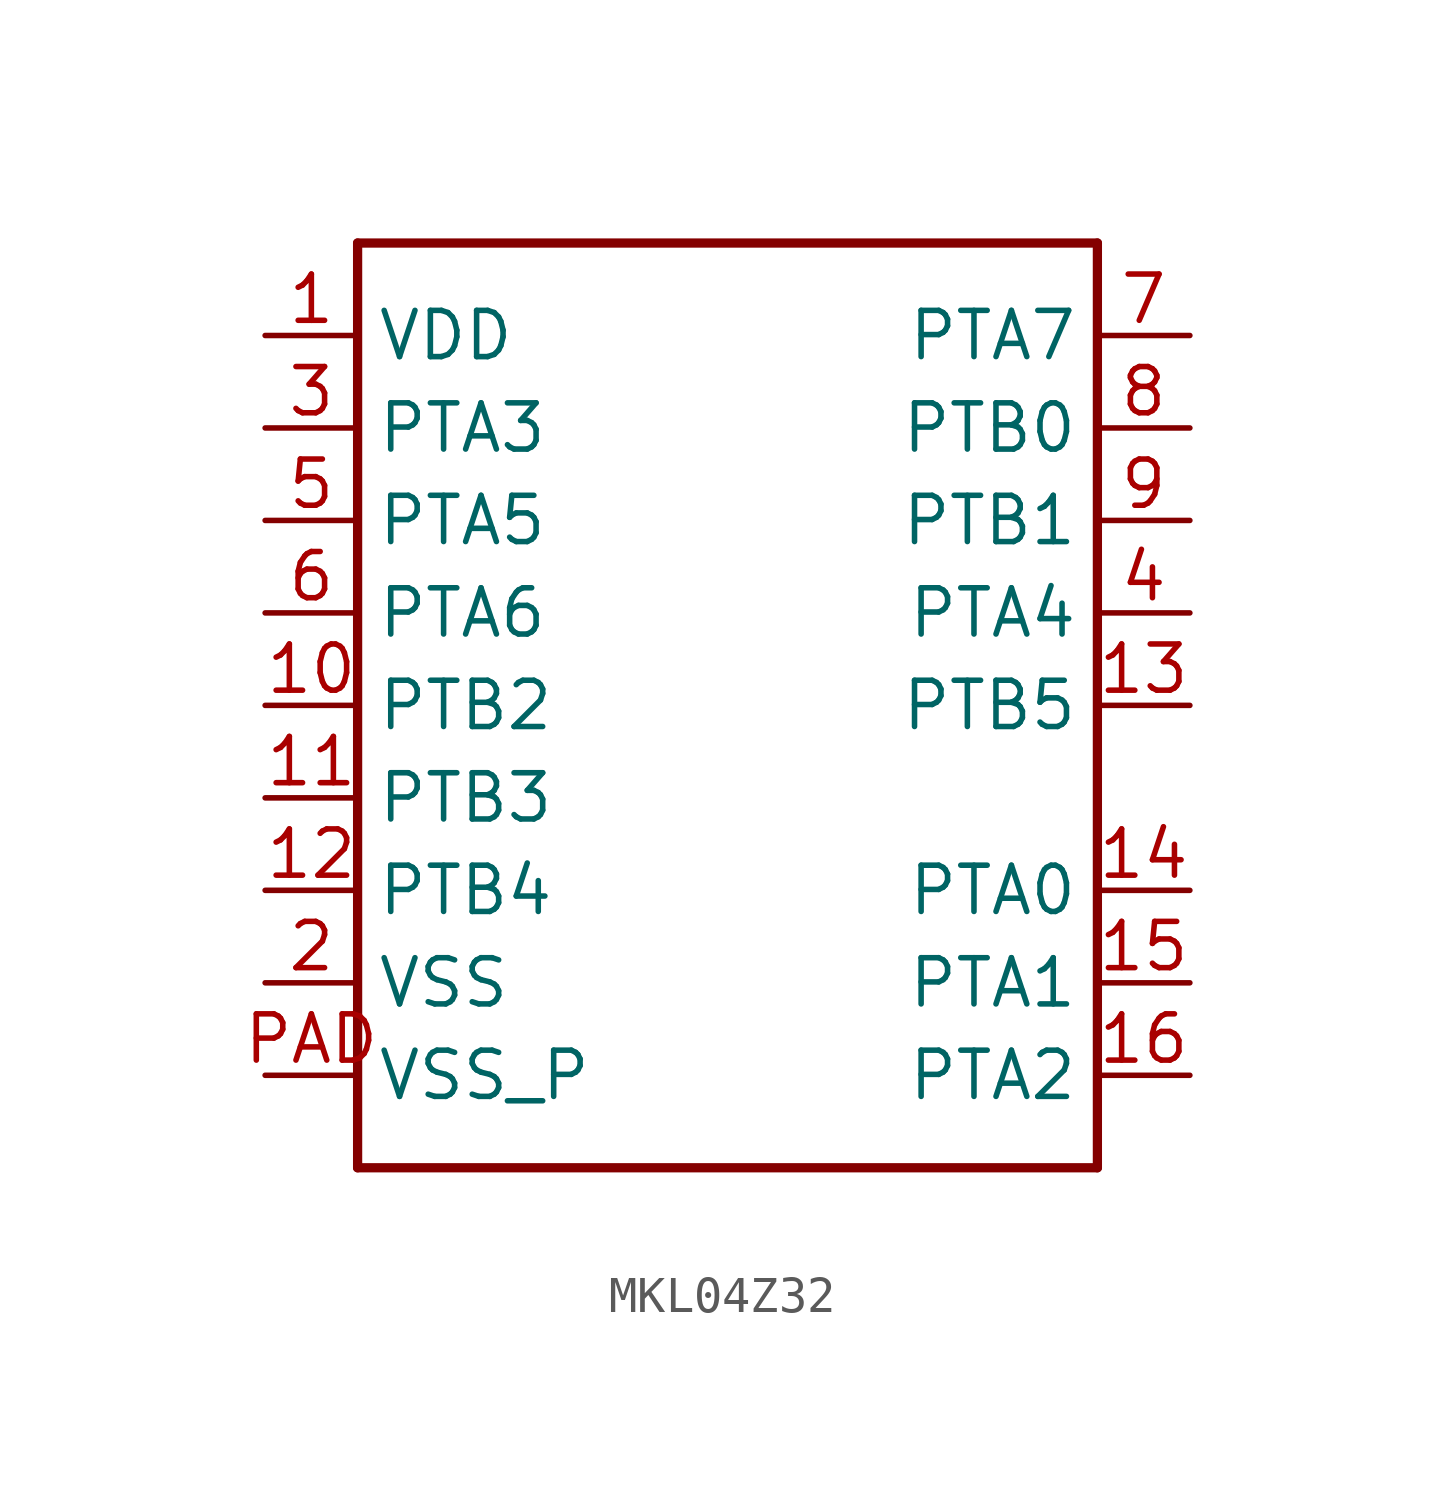
<source format=kicad_sym>
(kicad_symbol_lib
  (version 20220914)
  (generator kicad_symbol_editor)
  (symbol "MKL04Z32"
    (property "Reference" ""
      (at -10.16 -15.24 0)
      (effects (font (size 1.27 1.079)) (justify left bottom) hide))
    (property "ki_locked" ""
      (at 0 0 0)
      (effects (font (size 1.27 1.27))))
    (symbol "MKL04Z32_1_0"
      (polyline (pts (xy -10.16 -12.7) (xy -10.16 12.7)) (stroke (width 0.254) (type solid)) (fill (type none)))
      (polyline (pts (xy -10.16 12.7) (xy 10.16 12.7)) (stroke (width 0.254) (type solid)) (fill (type none)))
      (polyline (pts (xy 10.16 -12.7) (xy -10.16 -12.7)) (stroke (width 0.254) (type solid)) (fill (type none)))
      (polyline (pts (xy 10.16 12.7) (xy 10.16 -12.7)) (stroke (width 0.254) (type solid)) (fill (type none)))
      (pin bidirectional line (at -12.7 10.16 0) (length 2.54) (name "VDD" (effects (font (size 1.27 1.27)))) (number "1" (effects (font (size 1.27 1.27)))))
      (pin bidirectional line (at -12.7 0 0) (length 2.54) (name "PTB2" (effects (font (size 1.27 1.27)))) (number "10" (effects (font (size 1.27 1.27)))))
      (pin bidirectional line (at -12.7 -2.54 0) (length 2.54) (name "PTB3" (effects (font (size 1.27 1.27)))) (number "11" (effects (font (size 1.27 1.27)))))
      (pin bidirectional line (at -12.7 -5.08 0) (length 2.54) (name "PTB4" (effects (font (size 1.27 1.27)))) (number "12" (effects (font (size 1.27 1.27)))))
      (pin bidirectional line (at 12.7 0 180) (length 2.54) (name "PTB5" (effects (font (size 1.27 1.27)))) (number "13" (effects (font (size 1.27 1.27)))))
      (pin bidirectional line (at 12.7 -5.08 180) (length 2.54) (name "PTA0" (effects (font (size 1.27 1.27)))) (number "14" (effects (font (size 1.27 1.27)))))
      (pin bidirectional line (at 12.7 -7.62 180) (length 2.54) (name "PTA1" (effects (font (size 1.27 1.27)))) (number "15" (effects (font (size 1.27 1.27)))))
      (pin bidirectional line (at 12.7 -10.16 180) (length 2.54) (name "PTA2" (effects (font (size 1.27 1.27)))) (number "16" (effects (font (size 1.27 1.27)))))
      (pin bidirectional line (at -12.7 -7.62 0) (length 2.54) (name "VSS" (effects (font (size 1.27 1.27)))) (number "2" (effects (font (size 1.27 1.27)))))
      (pin bidirectional line (at -12.7 7.62 0) (length 2.54) (name "PTA3" (effects (font (size 1.27 1.27)))) (number "3" (effects (font (size 1.27 1.27)))))
      (pin bidirectional line (at 12.7 2.54 180) (length 2.54) (name "PTA4" (effects (font (size 1.27 1.27)))) (number "4" (effects (font (size 1.27 1.27)))))
      (pin bidirectional line (at -12.7 5.08 0) (length 2.54) (name "PTA5" (effects (font (size 1.27 1.27)))) (number "5" (effects (font (size 1.27 1.27)))))
      (pin bidirectional line (at -12.7 2.54 0) (length 2.54) (name "PTA6" (effects (font (size 1.27 1.27)))) (number "6" (effects (font (size 1.27 1.27)))))
      (pin bidirectional line (at 12.7 10.16 180) (length 2.54) (name "PTA7" (effects (font (size 1.27 1.27)))) (number "7" (effects (font (size 1.27 1.27)))))
      (pin bidirectional line (at 12.7 7.62 180) (length 2.54) (name "PTB0" (effects (font (size 1.27 1.27)))) (number "8" (effects (font (size 1.27 1.27)))))
      (pin bidirectional line (at 12.7 5.08 180) (length 2.54) (name "PTB1" (effects (font (size 1.27 1.27)))) (number "9" (effects (font (size 1.27 1.27)))))
      (pin bidirectional line (at -12.7 -10.16 0) (length 2.54) (name "VSS_P" (effects (font (size 1.27 1.27)))) (number "PAD" (effects (font (size 1.27 1.27))))))))
</source>
